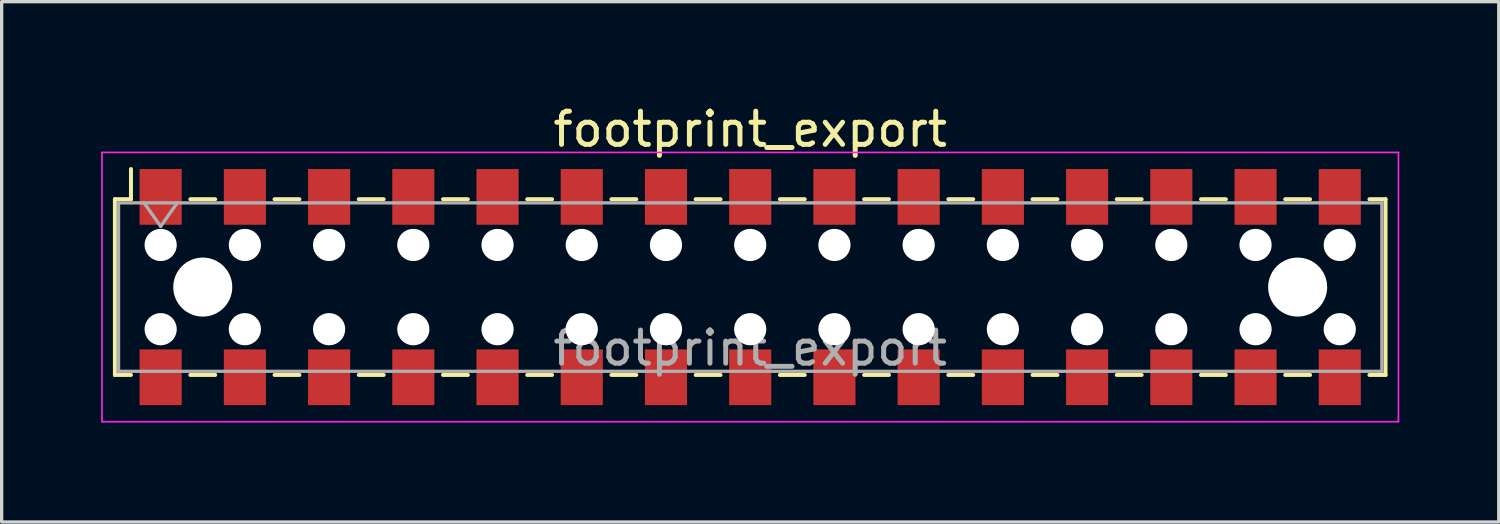
<source format=kicad_pcb>
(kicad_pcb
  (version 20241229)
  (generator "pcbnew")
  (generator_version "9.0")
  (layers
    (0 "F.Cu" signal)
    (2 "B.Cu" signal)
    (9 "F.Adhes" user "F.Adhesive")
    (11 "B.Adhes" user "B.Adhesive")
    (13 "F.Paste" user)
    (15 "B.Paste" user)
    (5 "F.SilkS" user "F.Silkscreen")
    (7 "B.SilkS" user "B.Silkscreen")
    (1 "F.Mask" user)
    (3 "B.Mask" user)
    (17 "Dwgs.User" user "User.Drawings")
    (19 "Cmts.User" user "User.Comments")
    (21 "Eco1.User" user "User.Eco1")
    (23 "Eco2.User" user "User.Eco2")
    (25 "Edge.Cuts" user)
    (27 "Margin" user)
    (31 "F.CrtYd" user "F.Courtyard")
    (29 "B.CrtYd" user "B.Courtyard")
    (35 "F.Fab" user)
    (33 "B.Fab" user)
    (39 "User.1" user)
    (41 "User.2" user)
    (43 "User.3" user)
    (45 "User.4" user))
  (footprint "footprint_export"
    (layer "F.Cu")
    (at 19.575 5.608)
    (property "Reference" "footprint_export" (at 0 -4.76 0) (layer "F.SilkS") (effects (font (size 1 1) (thickness 0.15))))
    (attr smd)
    (fp_line (start -19.16 -2.65) (end -19.16 2.65) (stroke (width 0.12) (type solid)) (layer "F.SilkS"))
    (fp_line (start -19.16 2.65) (end -18.675 2.65) (stroke (width 0.12) (type solid)) (layer "F.SilkS"))
    (fp_line (start -18.675 -3.56) (end -18.675 -2.65) (stroke (width 0.12) (type solid)) (layer "F.SilkS"))
    (fp_line (start -18.675 -2.65) (end -19.16 -2.65) (stroke (width 0.12) (type solid)) (layer "F.SilkS"))
    (fp_line (start -16.885 -2.65) (end -16.135 -2.65) (stroke (width 0.12) (type solid)) (layer "F.SilkS"))
    (fp_line (start -16.885 2.65) (end -16.135 2.65) (stroke (width 0.12) (type solid)) (layer "F.SilkS"))
    (fp_line (start -14.345 -2.65) (end -13.595 -2.65) (stroke (width 0.12) (type solid)) (layer "F.SilkS"))
    (fp_line (start -14.345 2.65) (end -13.595 2.65) (stroke (width 0.12) (type solid)) (layer "F.SilkS"))
    (fp_line (start -11.805 -2.65) (end -11.055 -2.65) (stroke (width 0.12) (type solid)) (layer "F.SilkS"))
    (fp_line (start -11.805 2.65) (end -11.055 2.65) (stroke (width 0.12) (type solid)) (layer "F.SilkS"))
    (fp_line (start -9.265 -2.65) (end -8.515 -2.65) (stroke (width 0.12) (type solid)) (layer "F.SilkS"))
    (fp_line (start -9.265 2.65) (end -8.515 2.65) (stroke (width 0.12) (type solid)) (layer "F.SilkS"))
    (fp_line (start -6.725 -2.65) (end -5.975 -2.65) (stroke (width 0.12) (type solid)) (layer "F.SilkS"))
    (fp_line (start -6.725 2.65) (end -5.975 2.65) (stroke (width 0.12) (type solid)) (layer "F.SilkS"))
    (fp_line (start -4.185 -2.65) (end -3.435 -2.65) (stroke (width 0.12) (type solid)) (layer "F.SilkS"))
    (fp_line (start -4.185 2.65) (end -3.435 2.65) (stroke (width 0.12) (type solid)) (layer "F.SilkS"))
    (fp_line (start -1.645 -2.65) (end -0.895 -2.65) (stroke (width 0.12) (type solid)) (layer "F.SilkS"))
    (fp_line (start -1.645 2.65) (end -0.895 2.65) (stroke (width 0.12) (type solid)) (layer "F.SilkS"))
    (fp_line (start 0.895 -2.65) (end 1.645 -2.65) (stroke (width 0.12) (type solid)) (layer "F.SilkS"))
    (fp_line (start 0.895 2.65) (end 1.645 2.65) (stroke (width 0.12) (type solid)) (layer "F.SilkS"))
    (fp_line (start 3.435 -2.65) (end 4.185 -2.65) (stroke (width 0.12) (type solid)) (layer "F.SilkS"))
    (fp_line (start 3.435 2.65) (end 4.185 2.65) (stroke (width 0.12) (type solid)) (layer "F.SilkS"))
    (fp_line (start 5.975 -2.65) (end 6.725 -2.65) (stroke (width 0.12) (type solid)) (layer "F.SilkS"))
    (fp_line (start 5.975 2.65) (end 6.725 2.65) (stroke (width 0.12) (type solid)) (layer "F.SilkS"))
    (fp_line (start 8.515 -2.65) (end 9.265 -2.65) (stroke (width 0.12) (type solid)) (layer "F.SilkS"))
    (fp_line (start 8.515 2.65) (end 9.265 2.65) (stroke (width 0.12) (type solid)) (layer "F.SilkS"))
    (fp_line (start 11.055 -2.65) (end 11.805 -2.65) (stroke (width 0.12) (type solid)) (layer "F.SilkS"))
    (fp_line (start 11.055 2.65) (end 11.805 2.65) (stroke (width 0.12) (type solid)) (layer "F.SilkS"))
    (fp_line (start 13.595 -2.65) (end 14.345 -2.65) (stroke (width 0.12) (type solid)) (layer "F.SilkS"))
    (fp_line (start 13.595 2.65) (end 14.345 2.65) (stroke (width 0.12) (type solid)) (layer "F.SilkS"))
    (fp_line (start 16.135 -2.65) (end 16.885 -2.65) (stroke (width 0.12) (type solid)) (layer "F.SilkS"))
    (fp_line (start 16.135 2.65) (end 16.885 2.65) (stroke (width 0.12) (type solid)) (layer "F.SilkS"))
    (fp_line (start 18.675 -2.65) (end 19.16 -2.65) (stroke (width 0.12) (type solid)) (layer "F.SilkS"))
    (fp_line (start 19.16 -2.65) (end 19.16 2.65) (stroke (width 0.12) (type solid)) (layer "F.SilkS"))
    (fp_line (start 19.16 2.65) (end 18.675 2.65) (stroke (width 0.12) (type solid)) (layer "F.SilkS"))
    (fp_line (start -19.55 -4.06) (end 19.55 -4.06) (stroke (width 0.05) (type solid)) (layer "F.CrtYd"))
    (fp_line (start -19.55 4.06) (end -19.55 -4.06) (stroke (width 0.05) (type solid)) (layer "F.CrtYd"))
    (fp_line (start 19.55 -4.06) (end 19.55 4.06) (stroke (width 0.05) (type solid)) (layer "F.CrtYd"))
    (fp_line (start 19.55 4.06) (end -19.55 4.06) (stroke (width 0.05) (type solid)) (layer "F.CrtYd"))
    (fp_line (start -19.05 -2.54) (end 19.05 -2.54) (stroke (width 0.1) (type solid)) (layer "F.Fab"))
    (fp_line (start -19.05 2.54) (end -19.05 -2.54) (stroke (width 0.1) (type solid)) (layer "F.Fab"))
    (fp_line (start -18.28 -2.54) (end -17.78 -1.833) (stroke (width 0.1) (type solid)) (layer "F.Fab"))
    (fp_line (start -17.78 -1.833) (end -17.28 -2.54) (stroke (width 0.1) (type solid)) (layer "F.Fab"))
    (fp_line (start 19.05 -2.54) (end 19.05 2.54) (stroke (width 0.1) (type solid)) (layer "F.Fab"))
    (fp_line (start 19.05 2.54) (end -19.05 2.54) (stroke (width 0.1) (type solid)) (layer "F.Fab"))
    (fp_text user "${REFERENCE}" (at 0 1.84 0) (layer "F.Fab") (effects (font (size 1 1) (thickness 0.15))))
    (pad "" np_thru_hole circle (at -17.78 -1.27) (size 0.97 0.97) (drill 0.97) (layers "*.Cu" "*.Mask"))
    (pad "" np_thru_hole circle (at -17.78 1.27) (size 0.97 0.97) (drill 0.97) (layers "*.Cu" "*.Mask"))
    (pad "" np_thru_hole circle (at -16.51 0) (size 1.78 1.78) (drill 1.78) (layers "*.Cu" "*.Mask"))
    (pad "" np_thru_hole circle (at -15.24 -1.27) (size 0.97 0.97) (drill 0.97) (layers "*.Cu" "*.Mask"))
    (pad "" np_thru_hole circle (at -15.24 1.27) (size 0.97 0.97) (drill 0.97) (layers "*.Cu" "*.Mask"))
    (pad "" np_thru_hole circle (at -12.7 -1.27) (size 0.97 0.97) (drill 0.97) (layers "*.Cu" "*.Mask"))
    (pad "" np_thru_hole circle (at -12.7 1.27) (size 0.97 0.97) (drill 0.97) (layers "*.Cu" "*.Mask"))
    (pad "" np_thru_hole circle (at -10.16 -1.27) (size 0.97 0.97) (drill 0.97) (layers "*.Cu" "*.Mask"))
    (pad "" np_thru_hole circle (at -10.16 1.27) (size 0.97 0.97) (drill 0.97) (layers "*.Cu" "*.Mask"))
    (pad "" np_thru_hole circle (at -7.62 -1.27) (size 0.97 0.97) (drill 0.97) (layers "*.Cu" "*.Mask"))
    (pad "" np_thru_hole circle (at -7.62 1.27) (size 0.97 0.97) (drill 0.97) (layers "*.Cu" "*.Mask"))
    (pad "" np_thru_hole circle (at -5.08 -1.27) (size 0.97 0.97) (drill 0.97) (layers "*.Cu" "*.Mask"))
    (pad "" np_thru_hole circle (at -5.08 1.27) (size 0.97 0.97) (drill 0.97) (layers "*.Cu" "*.Mask"))
    (pad "" np_thru_hole circle (at -2.54 -1.27) (size 0.97 0.97) (drill 0.97) (layers "*.Cu" "*.Mask"))
    (pad "" np_thru_hole circle (at -2.54 1.27) (size 0.97 0.97) (drill 0.97) (layers "*.Cu" "*.Mask"))
    (pad "" np_thru_hole circle (at 0 -1.27) (size 0.97 0.97) (drill 0.97) (layers "*.Cu" "*.Mask"))
    (pad "" np_thru_hole circle (at 0 1.27) (size 0.97 0.97) (drill 0.97) (layers "*.Cu" "*.Mask"))
    (pad "" np_thru_hole circle (at 2.54 -1.27) (size 0.97 0.97) (drill 0.97) (layers "*.Cu" "*.Mask"))
    (pad "" np_thru_hole circle (at 2.54 1.27) (size 0.97 0.97) (drill 0.97) (layers "*.Cu" "*.Mask"))
    (pad "" np_thru_hole circle (at 5.08 -1.27) (size 0.97 0.97) (drill 0.97) (layers "*.Cu" "*.Mask"))
    (pad "" np_thru_hole circle (at 5.08 1.27) (size 0.97 0.97) (drill 0.97) (layers "*.Cu" "*.Mask"))
    (pad "" np_thru_hole circle (at 7.62 -1.27) (size 0.97 0.97) (drill 0.97) (layers "*.Cu" "*.Mask"))
    (pad "" np_thru_hole circle (at 7.62 1.27) (size 0.97 0.97) (drill 0.97) (layers "*.Cu" "*.Mask"))
    (pad "" np_thru_hole circle (at 10.16 -1.27) (size 0.97 0.97) (drill 0.97) (layers "*.Cu" "*.Mask"))
    (pad "" np_thru_hole circle (at 10.16 1.27) (size 0.97 0.97) (drill 0.97) (layers "*.Cu" "*.Mask"))
    (pad "" np_thru_hole circle (at 12.7 -1.27) (size 0.97 0.97) (drill 0.97) (layers "*.Cu" "*.Mask"))
    (pad "" np_thru_hole circle (at 12.7 1.27) (size 0.97 0.97) (drill 0.97) (layers "*.Cu" "*.Mask"))
    (pad "" np_thru_hole circle (at 15.24 -1.27) (size 0.97 0.97) (drill 0.97) (layers "*.Cu" "*.Mask"))
    (pad "" np_thru_hole circle (at 15.24 1.27) (size 0.97 0.97) (drill 0.97) (layers "*.Cu" "*.Mask"))
    (pad "" np_thru_hole circle (at 16.51 0) (size 1.78 1.78) (drill 1.78) (layers "*.Cu" "*.Mask"))
    (pad "" np_thru_hole circle (at 17.78 -1.27) (size 0.97 0.97) (drill 0.97) (layers "*.Cu" "*.Mask"))
    (pad "" np_thru_hole circle (at 17.78 1.27) (size 0.97 0.97) (drill 0.97) (layers "*.Cu" "*.Mask"))
    (pad "1" smd rect (at -17.78 -2.72) (size 1.27 1.68) (layers "F.Cu" "F.Mask" "F.Paste"))
    (pad "2" smd rect (at -17.78 2.72) (size 1.27 1.68) (layers "F.Cu" "F.Mask" "F.Paste"))
    (pad "3" smd rect (at -15.24 -2.72) (size 1.27 1.68) (layers "F.Cu" "F.Mask" "F.Paste"))
    (pad "4" smd rect (at -15.24 2.72) (size 1.27 1.68) (layers "F.Cu" "F.Mask" "F.Paste"))
    (pad "5" smd rect (at -12.7 -2.72) (size 1.27 1.68) (layers "F.Cu" "F.Mask" "F.Paste"))
    (pad "6" smd rect (at -12.7 2.72) (size 1.27 1.68) (layers "F.Cu" "F.Mask" "F.Paste"))
    (pad "7" smd rect (at -10.16 -2.72) (size 1.27 1.68) (layers "F.Cu" "F.Mask" "F.Paste"))
    (pad "8" smd rect (at -10.16 2.72) (size 1.27 1.68) (layers "F.Cu" "F.Mask" "F.Paste"))
    (pad "9" smd rect (at -7.62 -2.72) (size 1.27 1.68) (layers "F.Cu" "F.Mask" "F.Paste"))
    (pad "10" smd rect (at -7.62 2.72) (size 1.27 1.68) (layers "F.Cu" "F.Mask" "F.Paste"))
    (pad "11" smd rect (at -5.08 -2.72) (size 1.27 1.68) (layers "F.Cu" "F.Mask" "F.Paste"))
    (pad "12" smd rect (at -5.08 2.72) (size 1.27 1.68) (layers "F.Cu" "F.Mask" "F.Paste"))
    (pad "13" smd rect (at -2.54 -2.72) (size 1.27 1.68) (layers "F.Cu" "F.Mask" "F.Paste"))
    (pad "14" smd rect (at -2.54 2.72) (size 1.27 1.68) (layers "F.Cu" "F.Mask" "F.Paste"))
    (pad "15" smd rect (at 0 -2.72) (size 1.27 1.68) (layers "F.Cu" "F.Mask" "F.Paste"))
    (pad "16" smd rect (at 0 2.72) (size 1.27 1.68) (layers "F.Cu" "F.Mask" "F.Paste"))
    (pad "17" smd rect (at 2.54 -2.72) (size 1.27 1.68) (layers "F.Cu" "F.Mask" "F.Paste"))
    (pad "18" smd rect (at 2.54 2.72) (size 1.27 1.68) (layers "F.Cu" "F.Mask" "F.Paste"))
    (pad "19" smd rect (at 5.08 -2.72) (size 1.27 1.68) (layers "F.Cu" "F.Mask" "F.Paste"))
    (pad "20" smd rect (at 5.08 2.72) (size 1.27 1.68) (layers "F.Cu" "F.Mask" "F.Paste"))
    (pad "21" smd rect (at 7.62 -2.72) (size 1.27 1.68) (layers "F.Cu" "F.Mask" "F.Paste"))
    (pad "22" smd rect (at 7.62 2.72) (size 1.27 1.68) (layers "F.Cu" "F.Mask" "F.Paste"))
    (pad "23" smd rect (at 10.16 -2.72) (size 1.27 1.68) (layers "F.Cu" "F.Mask" "F.Paste"))
    (pad "24" smd rect (at 10.16 2.72) (size 1.27 1.68) (layers "F.Cu" "F.Mask" "F.Paste"))
    (pad "25" smd rect (at 12.7 -2.72) (size 1.27 1.68) (layers "F.Cu" "F.Mask" "F.Paste"))
    (pad "26" smd rect (at 12.7 2.72) (size 1.27 1.68) (layers "F.Cu" "F.Mask" "F.Paste"))
    (pad "27" smd rect (at 15.24 -2.72) (size 1.27 1.68) (layers "F.Cu" "F.Mask" "F.Paste"))
    (pad "28" smd rect (at 15.24 2.72) (size 1.27 1.68) (layers "F.Cu" "F.Mask" "F.Paste"))
    (pad "29" smd rect (at 17.78 -2.72) (size 1.27 1.68) (layers "F.Cu" "F.Mask" "F.Paste"))
    (pad "30" smd rect (at 17.78 2.72) (size 1.27 1.68) (layers "F.Cu" "F.Mask" "F.Paste")))
  (gr_rect
    (start -3 -3)
    (end 42.15 12.693)
    (stroke (width 0.1) (type default))
    (fill no)
    (layer "Edge.Cuts")))
</source>
